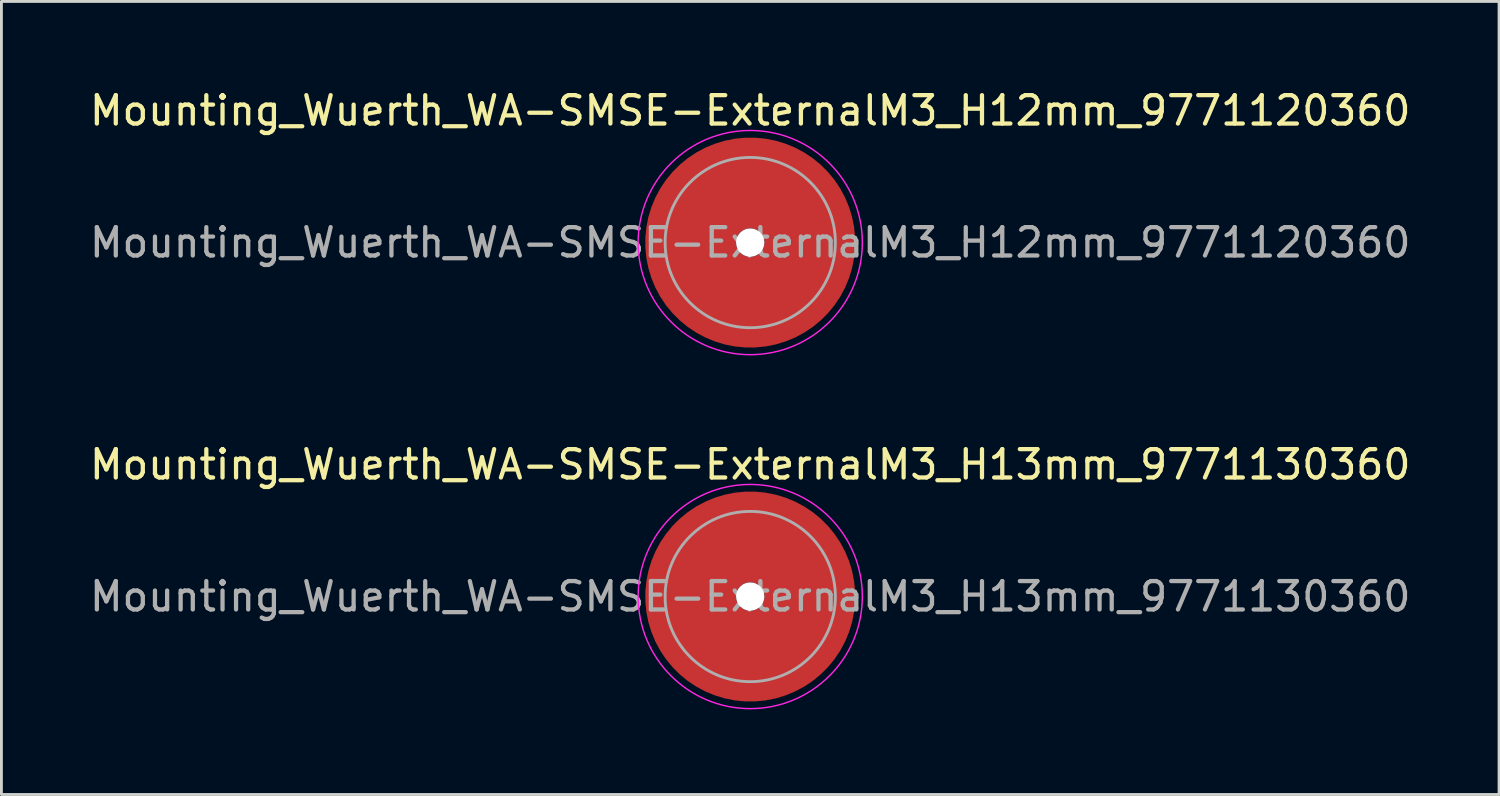
<source format=kicad_pcb>
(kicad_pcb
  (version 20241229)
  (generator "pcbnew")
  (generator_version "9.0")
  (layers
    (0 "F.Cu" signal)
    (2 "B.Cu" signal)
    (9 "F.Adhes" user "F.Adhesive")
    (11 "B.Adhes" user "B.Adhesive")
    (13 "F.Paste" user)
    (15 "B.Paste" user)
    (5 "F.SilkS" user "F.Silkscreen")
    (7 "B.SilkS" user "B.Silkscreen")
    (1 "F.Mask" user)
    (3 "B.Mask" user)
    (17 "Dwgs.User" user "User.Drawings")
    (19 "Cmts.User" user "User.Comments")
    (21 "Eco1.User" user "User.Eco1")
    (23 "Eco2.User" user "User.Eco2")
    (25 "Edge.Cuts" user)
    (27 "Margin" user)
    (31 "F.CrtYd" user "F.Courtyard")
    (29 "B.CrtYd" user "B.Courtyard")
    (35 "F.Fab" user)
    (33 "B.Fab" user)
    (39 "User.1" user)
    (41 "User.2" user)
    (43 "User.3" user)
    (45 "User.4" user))
  (footprint "Mounting_Wuerth_WA-SMSE-ExternalM3_H13mm_9771130360"
    (layer "F.Cu")
    (at 23.387 17.971)
    (property "Reference" "Mounting_Wuerth_WA-SMSE-ExternalM3_H13mm_9771130360" (at 0 -4.65 0) (layer "F.SilkS") (effects (font (size 1 1) (thickness 0.15))))
    (attr smd)
    (fp_circle (center 0 0) (end 3.95 0) (stroke (width 0.05) (type solid)) (fill no) (layer "F.CrtYd"))
    (fp_circle (center 0 0) (end 3 0) (stroke (width 0.1) (type solid)) (fill no) (layer "F.Fab"))
    (fp_text user "${REFERENCE}" (at 0 0 0) (layer "F.Fab") (effects (font (size 1 1) (thickness 0.15))))
    (pad "" smd custom (at 0 -2.1) (size 2.6 2.6) (layers "F.Paste") (options (anchor circle)) (primitives (gr_arc (start -0.305123 1.47) (mid -0.000513 1.4) (end 0.3042 1.469554) (width 0.2)) (gr_arc (start -0.493052 1.47) (mid -0.000664 1.3) (end 0.492006 1.469183) (width 0.2)) (gr_arc (start -0.642729 1.47) (mid -0.000361 1.2) (end 0.642223 1.469484) (width 0.2)) (gr_arc (start -0.776595 1.47) (mid -0.00087 1.1) (end 0.775497 1.468649) (width 0.2)) (gr_arc (start -0.901721 1.47) (mid -0.00018 1) (end 0.901515 1.469705) (width 0.2)) (gr_arc (start -1.021323 1.47) (mid -0.000665 0.9) (end 1.020624 1.468868) (width 0.2)) (gr_arc (start -1.137146 1.47) (mid -0.000289 0.8) (end 1.136866 1.469495) (width 0.2)) (gr_arc (start -1.25024 1.47) (mid -0.000155 0.7) (end 1.250101 1.469724) (width 0.2)) (gr_arc (start -1.361286 1.47) (mid -0.000403 0.6) (end 1.360947 1.469268) (width 0.2)) (gr_arc (start -1.470748 1.47) (mid -0.000334 0.5) (end 1.470485 1.469386) (width 0.2)) (gr_arc (start -1.578955 1.47) (mid -0.001427 0.400001) (end 1.577895 1.46735) (width 0.2)) (gr_arc (start -1.686149 1.47) (mid -0.000398 0.3) (end 1.68587 1.469254) (width 0.2)) (gr_arc (start -1.792512 1.47) (mid -0.001173 0.200001) (end 1.791733 1.467788) (width 0.2)) (gr_arc (start -1.898183 1.47) (mid -0.001368 0.100001) (end 1.897319 1.467404) (width 0.2)) (gr_arc (start -2.003272 1.47) (mid -0.001554 0.000001) (end 2.002338 1.467036) (width 0.2)) (gr_arc (start -2.107866 1.47) (mid -0.00037 -0.1) (end 2.107654 1.469292) (width 0.2)) (gr_arc (start -2.212035 1.47) (mid -0.00011 -0.2) (end 2.211975 1.469788) (width 0.2)) (gr_arc (start -2.315837 1.47) (mid -0.001322 -0.3) (end 2.315142 1.46745) (width 0.2)) (gr_arc (start -2.419318 1.47) (mid -0.000179 -0.4) (end 2.419228 1.469653) (width 0.2)) (gr_arc (start -2.522519 1.47) (mid -0.001235 -0.5) (end 2.521919 1.467604) (width 0.2)) (gr_arc (start -2.625471 1.47) (mid -0.000311 -0.6) (end 2.625326 1.469395) (width 0.2)) (gr_arc (start -2.728205 1.47) (mid -0.002303 -0.7) (end 2.727165 1.465513) (width 0.2)) (gr_arc (start -2.830742 1.47) (mid -0.000149 -0.8) (end 2.830677 1.469709) (width 0.2)) (gr_arc (start -2.933104 1.47) (mid -0.001447 -0.899999) (end 2.932495 1.46717) (width 0.2)) (gr_arc (start -3.035309 1.47) (mid -0.001317 -1) (end 3.034773 1.467421) (width 0.2)) (gr_arc (start -3.137372 1.47) (mid -0.002554 -1.099999) (end 3.136362 1.464993) (width 0.2)) (gr_arc (start -3.239305 1.47) (mid -0.002543 -1.199999) (end 3.23833 1.465008) (width 0.2)) (gr_arc (start -3.341123 1.47) (mid -0.001289 -1.3) (end 3.340644 1.467467) (width 0.2)) (gr_arc (start -3.442833 1.47) (mid -0.001847 -1.399999) (end 3.442166 1.466366) (width 0.2)) (gr_line (start 0.305 1.47) (end 3.443 1.47) (width 0.2)) (gr_line (start -0.305 1.47) (end -3.443 1.47) (width 0.2))))
    (pad "" np_thru_hole circle (at 0 0) (size 1 1) (drill 1) (layers "*.Cu" "*.Mask"))
    (pad "" smd custom (at 0 2.1) (size 2.6 2.6) (layers "F.Paste") (options (anchor circle)) (primitives (gr_arc (start 0.305123 -1.47) (mid 0.000513 -1.4) (end -0.3042 -1.469554) (width 0.2)) (gr_arc (start 0.493052 -1.47) (mid 0.000664 -1.3) (end -0.492006 -1.469183) (width 0.2)) (gr_arc (start 0.642729 -1.47) (mid 0.000361 -1.2) (end -0.642223 -1.469484) (width 0.2)) (gr_arc (start 0.776595 -1.47) (mid 0.00087 -1.1) (end -0.775497 -1.468649) (width 0.2)) (gr_arc (start 0.901721 -1.47) (mid 0.00018 -1) (end -0.901515 -1.469705) (width 0.2)) (gr_arc (start 1.021323 -1.47) (mid 0.000665 -0.9) (end -1.020624 -1.468868) (width 0.2)) (gr_arc (start 1.137146 -1.47) (mid 0.000289 -0.8) (end -1.136866 -1.469495) (width 0.2)) (gr_arc (start 1.25024 -1.47) (mid 0.000155 -0.7) (end -1.250101 -1.469724) (width 0.2)) (gr_arc (start 1.361286 -1.47) (mid 0.000403 -0.6) (end -1.360947 -1.469268) (width 0.2)) (gr_arc (start 1.470748 -1.47) (mid 0.000334 -0.5) (end -1.470485 -1.469386) (width 0.2)) (gr_arc (start 1.578955 -1.47) (mid 0.001427 -0.400001) (end -1.577895 -1.46735) (width 0.2)) (gr_arc (start 1.686149 -1.47) (mid 0.000398 -0.3) (end -1.68587 -1.469254) (width 0.2)) (gr_arc (start 1.792512 -1.47) (mid 0.001173 -0.200001) (end -1.791733 -1.467788) (width 0.2)) (gr_arc (start 1.898183 -1.47) (mid 0.001368 -0.100001) (end -1.897319 -1.467404) (width 0.2)) (gr_arc (start 2.003272 -1.47) (mid 0.001554 -0.000002) (end -2.002338 -1.467036) (width 0.2)) (gr_arc (start 2.107866 -1.47) (mid 0.00037 0.1) (end -2.107654 -1.469292) (width 0.2)) (gr_arc (start 2.212035 -1.47) (mid 0.00011 0.2) (end -2.211975 -1.469788) (width 0.2)) (gr_arc (start 2.315837 -1.47) (mid 0.001322 0.3) (end -2.315142 -1.46745) (width 0.2)) (gr_arc (start 2.419318 -1.47) (mid 0.000179 0.4) (end -2.419228 -1.469653) (width 0.2)) (gr_arc (start 2.522519 -1.47) (mid 0.001235 0.5) (end -2.521919 -1.467604) (width 0.2)) (gr_arc (start 2.625471 -1.47) (mid 0.000311 0.6) (end -2.625326 -1.469395) (width 0.2)) (gr_arc (start 2.728205 -1.47) (mid 0.002303 0.7) (end -2.727165 -1.465513) (width 0.2)) (gr_arc (start 2.830742 -1.47) (mid 0.000149 0.8) (end -2.830677 -1.469709) (width 0.2)) (gr_arc (start 2.933104 -1.47) (mid 0.001447 0.899999) (end -2.932495 -1.46717) (width 0.2)) (gr_arc (start 3.035309 -1.47) (mid 0.001317 1) (end -3.034773 -1.467421) (width 0.2)) (gr_arc (start 3.137372 -1.47) (mid 0.002554 1.099999) (end -3.136362 -1.464993) (width 0.2)) (gr_arc (start 3.239305 -1.47) (mid 0.002543 1.199999) (end -3.23833 -1.465008) (width 0.2)) (gr_arc (start 3.341123 -1.47) (mid 0.001289 1.3) (end -3.340644 -1.467467) (width 0.2)) (gr_arc (start 3.442833 -1.47) (mid 0.001847 1.399999) (end -3.442166 -1.466366) (width 0.2)) (gr_line (start -0.305 -1.47) (end -3.443 -1.47) (width 0.2)) (gr_line (start 0.305 -1.47) (end 3.443 -1.47) (width 0.2))))
    (pad "1" smd circle (at -2.1 0) (size 2.8 2.8) (layers "F.Cu"))
    (pad "1" smd circle (at 0 -2.1) (size 2.8 2.8) (layers "F.Cu"))
    (pad "1" smd circle (at 0 2.1) (size 2.8 2.8) (layers "F.Cu"))
    (pad "1" smd custom (at 2.1 0) (size 2.8 2.8) (layers "F.Cu" "F.Mask") (options (anchor circle)) (primitives (gr_circle (center -2.1 0) (end 0 0) (width 3.2) (fill no)))))
  (footprint "Mounting_Wuerth_WA-SMSE-ExternalM3_H12mm_9771120360"
    (layer "F.Cu")
    (at 23.387 5.498)
    (property "Reference" "Mounting_Wuerth_WA-SMSE-ExternalM3_H12mm_9771120360" (at 0 -4.65 0) (layer "F.SilkS") (effects (font (size 1 1) (thickness 0.15))))
    (attr smd)
    (fp_circle (center 0 0) (end 3.95 0) (stroke (width 0.05) (type solid)) (fill no) (layer "F.CrtYd"))
    (fp_circle (center 0 0) (end 3 0) (stroke (width 0.1) (type solid)) (fill no) (layer "F.Fab"))
    (fp_text user "${REFERENCE}" (at 0 0 0) (layer "F.Fab") (effects (font (size 1 1) (thickness 0.15))))
    (pad "" smd custom (at 0 -2.1) (size 2.6 2.6) (layers "F.Paste") (options (anchor circle)) (primitives (gr_arc (start -0.305123 1.47) (mid -0.000513 1.4) (end 0.3042 1.469554) (width 0.2)) (gr_arc (start -0.493052 1.47) (mid -0.000664 1.3) (end 0.492006 1.469183) (width 0.2)) (gr_arc (start -0.642729 1.47) (mid -0.000361 1.2) (end 0.642223 1.469484) (width 0.2)) (gr_arc (start -0.776595 1.47) (mid -0.00087 1.1) (end 0.775497 1.468649) (width 0.2)) (gr_arc (start -0.901721 1.47) (mid -0.00018 1) (end 0.901515 1.469705) (width 0.2)) (gr_arc (start -1.021323 1.47) (mid -0.000665 0.9) (end 1.020624 1.468868) (width 0.2)) (gr_arc (start -1.137146 1.47) (mid -0.000289 0.8) (end 1.136866 1.469495) (width 0.2)) (gr_arc (start -1.25024 1.47) (mid -0.000155 0.7) (end 1.250101 1.469724) (width 0.2)) (gr_arc (start -1.361286 1.47) (mid -0.000403 0.6) (end 1.360947 1.469268) (width 0.2)) (gr_arc (start -1.470748 1.47) (mid -0.000334 0.5) (end 1.470485 1.469386) (width 0.2)) (gr_arc (start -1.578955 1.47) (mid -0.001427 0.400001) (end 1.577895 1.46735) (width 0.2)) (gr_arc (start -1.686149 1.47) (mid -0.000398 0.3) (end 1.68587 1.469254) (width 0.2)) (gr_arc (start -1.792512 1.47) (mid -0.001173 0.200001) (end 1.791733 1.467788) (width 0.2)) (gr_arc (start -1.898183 1.47) (mid -0.001368 0.100001) (end 1.897319 1.467404) (width 0.2)) (gr_arc (start -2.003272 1.47) (mid -0.001554 0.000001) (end 2.002338 1.467036) (width 0.2)) (gr_arc (start -2.107866 1.47) (mid -0.00037 -0.1) (end 2.107654 1.469292) (width 0.2)) (gr_arc (start -2.212035 1.47) (mid -0.00011 -0.2) (end 2.211975 1.469788) (width 0.2)) (gr_arc (start -2.315837 1.47) (mid -0.001322 -0.3) (end 2.315142 1.46745) (width 0.2)) (gr_arc (start -2.419318 1.47) (mid -0.000179 -0.4) (end 2.419228 1.469653) (width 0.2)) (gr_arc (start -2.522519 1.47) (mid -0.001235 -0.5) (end 2.521919 1.467604) (width 0.2)) (gr_arc (start -2.625471 1.47) (mid -0.000311 -0.6) (end 2.625326 1.469395) (width 0.2)) (gr_arc (start -2.728205 1.47) (mid -0.002303 -0.7) (end 2.727165 1.465513) (width 0.2)) (gr_arc (start -2.830742 1.47) (mid -0.000149 -0.8) (end 2.830677 1.469709) (width 0.2)) (gr_arc (start -2.933104 1.47) (mid -0.001447 -0.899999) (end 2.932495 1.46717) (width 0.2)) (gr_arc (start -3.035309 1.47) (mid -0.001317 -1) (end 3.034773 1.467421) (width 0.2)) (gr_arc (start -3.137372 1.47) (mid -0.002554 -1.099999) (end 3.136362 1.464993) (width 0.2)) (gr_arc (start -3.239305 1.47) (mid -0.002543 -1.199999) (end 3.23833 1.465008) (width 0.2)) (gr_arc (start -3.341123 1.47) (mid -0.001289 -1.3) (end 3.340644 1.467467) (width 0.2)) (gr_arc (start -3.442833 1.47) (mid -0.001847 -1.399999) (end 3.442166 1.466366) (width 0.2)) (gr_line (start 0.305 1.47) (end 3.443 1.47) (width 0.2)) (gr_line (start -0.305 1.47) (end -3.443 1.47) (width 0.2))))
    (pad "" np_thru_hole circle (at 0 0) (size 1 1) (drill 1) (layers "*.Cu" "*.Mask"))
    (pad "" smd custom (at 0 2.1) (size 2.6 2.6) (layers "F.Paste") (options (anchor circle)) (primitives (gr_arc (start 0.305123 -1.47) (mid 0.000513 -1.4) (end -0.3042 -1.469554) (width 0.2)) (gr_arc (start 0.493052 -1.47) (mid 0.000664 -1.3) (end -0.492006 -1.469183) (width 0.2)) (gr_arc (start 0.642729 -1.47) (mid 0.000361 -1.2) (end -0.642223 -1.469484) (width 0.2)) (gr_arc (start 0.776595 -1.47) (mid 0.00087 -1.1) (end -0.775497 -1.468649) (width 0.2)) (gr_arc (start 0.901721 -1.47) (mid 0.00018 -1) (end -0.901515 -1.469705) (width 0.2)) (gr_arc (start 1.021323 -1.47) (mid 0.000665 -0.9) (end -1.020624 -1.468868) (width 0.2)) (gr_arc (start 1.137146 -1.47) (mid 0.000289 -0.8) (end -1.136866 -1.469495) (width 0.2)) (gr_arc (start 1.25024 -1.47) (mid 0.000155 -0.7) (end -1.250101 -1.469724) (width 0.2)) (gr_arc (start 1.361286 -1.47) (mid 0.000403 -0.6) (end -1.360947 -1.469268) (width 0.2)) (gr_arc (start 1.470748 -1.47) (mid 0.000334 -0.5) (end -1.470485 -1.469386) (width 0.2)) (gr_arc (start 1.578955 -1.47) (mid 0.001427 -0.400001) (end -1.577895 -1.46735) (width 0.2)) (gr_arc (start 1.686149 -1.47) (mid 0.000398 -0.3) (end -1.68587 -1.469254) (width 0.2)) (gr_arc (start 1.792512 -1.47) (mid 0.001173 -0.200001) (end -1.791733 -1.467788) (width 0.2)) (gr_arc (start 1.898183 -1.47) (mid 0.001368 -0.100001) (end -1.897319 -1.467404) (width 0.2)) (gr_arc (start 2.003272 -1.47) (mid 0.001554 -0.000002) (end -2.002338 -1.467036) (width 0.2)) (gr_arc (start 2.107866 -1.47) (mid 0.00037 0.1) (end -2.107654 -1.469292) (width 0.2)) (gr_arc (start 2.212035 -1.47) (mid 0.00011 0.2) (end -2.211975 -1.469788) (width 0.2)) (gr_arc (start 2.315837 -1.47) (mid 0.001322 0.3) (end -2.315142 -1.46745) (width 0.2)) (gr_arc (start 2.419318 -1.47) (mid 0.000179 0.4) (end -2.419228 -1.469653) (width 0.2)) (gr_arc (start 2.522519 -1.47) (mid 0.001235 0.5) (end -2.521919 -1.467604) (width 0.2)) (gr_arc (start 2.625471 -1.47) (mid 0.000311 0.6) (end -2.625326 -1.469395) (width 0.2)) (gr_arc (start 2.728205 -1.47) (mid 0.002303 0.7) (end -2.727165 -1.465513) (width 0.2)) (gr_arc (start 2.830742 -1.47) (mid 0.000149 0.8) (end -2.830677 -1.469709) (width 0.2)) (gr_arc (start 2.933104 -1.47) (mid 0.001447 0.899999) (end -2.932495 -1.46717) (width 0.2)) (gr_arc (start 3.035309 -1.47) (mid 0.001317 1) (end -3.034773 -1.467421) (width 0.2)) (gr_arc (start 3.137372 -1.47) (mid 0.002554 1.099999) (end -3.136362 -1.464993) (width 0.2)) (gr_arc (start 3.239305 -1.47) (mid 0.002543 1.199999) (end -3.23833 -1.465008) (width 0.2)) (gr_arc (start 3.341123 -1.47) (mid 0.001289 1.3) (end -3.340644 -1.467467) (width 0.2)) (gr_arc (start 3.442833 -1.47) (mid 0.001847 1.399999) (end -3.442166 -1.466366) (width 0.2)) (gr_line (start -0.305 -1.47) (end -3.443 -1.47) (width 0.2)) (gr_line (start 0.305 -1.47) (end 3.443 -1.47) (width 0.2))))
    (pad "1" smd circle (at -2.1 0) (size 2.8 2.8) (layers "F.Cu"))
    (pad "1" smd circle (at 0 -2.1) (size 2.8 2.8) (layers "F.Cu"))
    (pad "1" smd circle (at 0 2.1) (size 2.8 2.8) (layers "F.Cu"))
    (pad "1" smd custom (at 2.1 0) (size 2.8 2.8) (layers "F.Cu" "F.Mask") (options (anchor circle)) (primitives (gr_circle (center -2.1 0) (end 0 0) (width 3.2) (fill no)))))
  (gr_rect
    (start -3 -3)
    (end 49.774 24.947)
    (stroke (width 0.1) (type default))
    (fill no)
    (layer "Edge.Cuts")))
</source>
